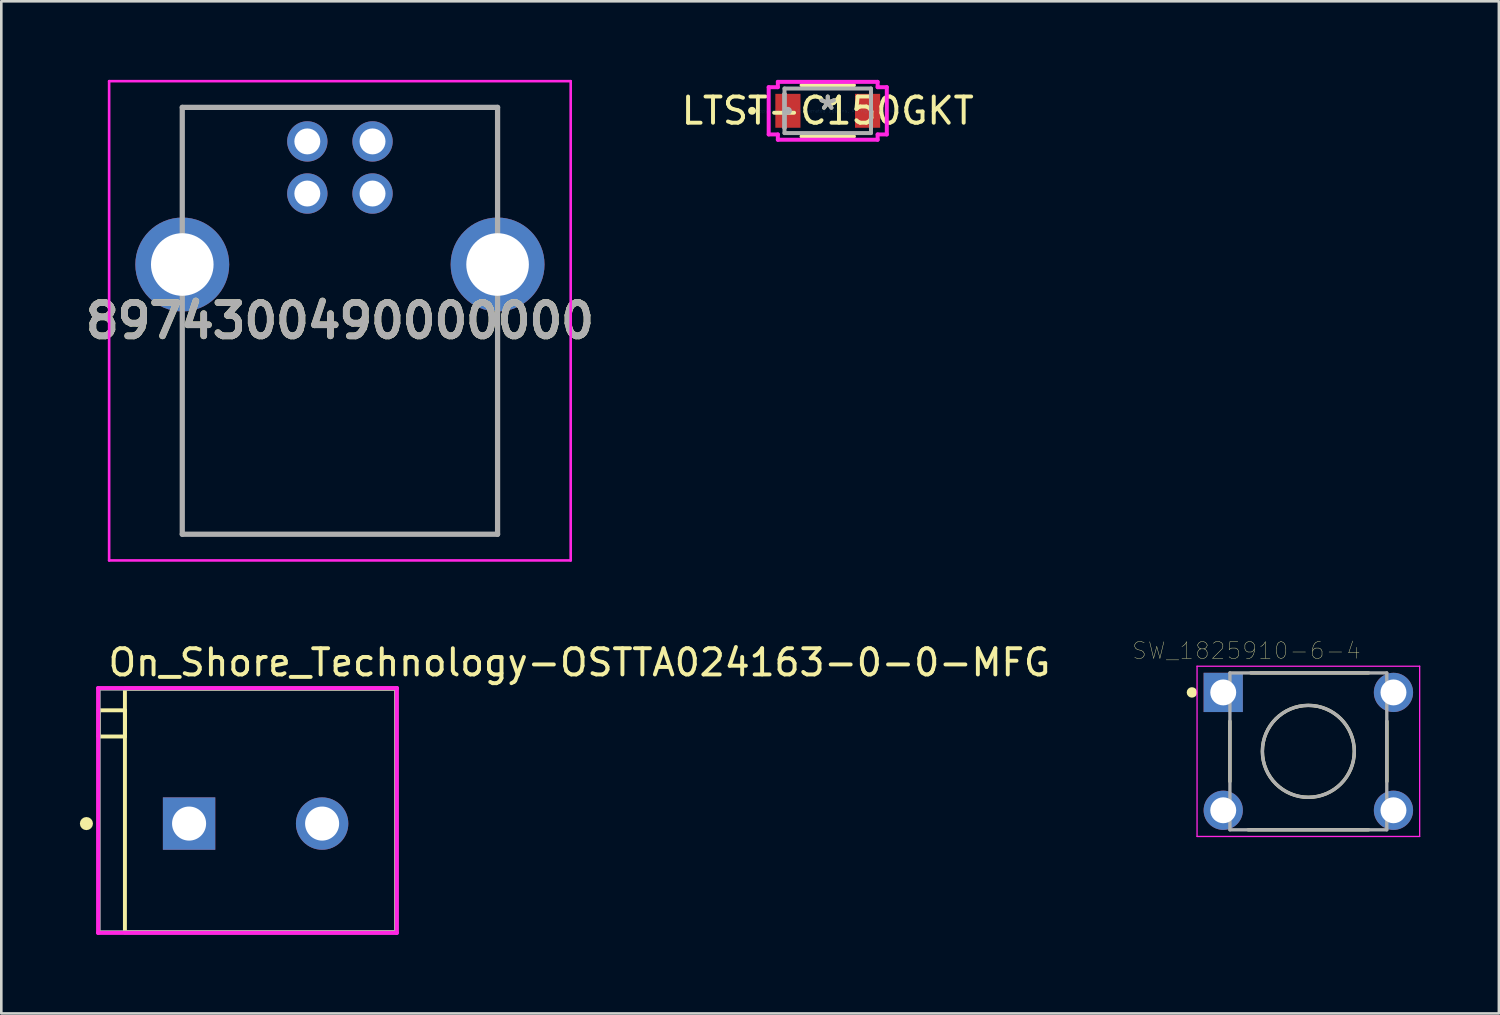
<source format=kicad_pcb>
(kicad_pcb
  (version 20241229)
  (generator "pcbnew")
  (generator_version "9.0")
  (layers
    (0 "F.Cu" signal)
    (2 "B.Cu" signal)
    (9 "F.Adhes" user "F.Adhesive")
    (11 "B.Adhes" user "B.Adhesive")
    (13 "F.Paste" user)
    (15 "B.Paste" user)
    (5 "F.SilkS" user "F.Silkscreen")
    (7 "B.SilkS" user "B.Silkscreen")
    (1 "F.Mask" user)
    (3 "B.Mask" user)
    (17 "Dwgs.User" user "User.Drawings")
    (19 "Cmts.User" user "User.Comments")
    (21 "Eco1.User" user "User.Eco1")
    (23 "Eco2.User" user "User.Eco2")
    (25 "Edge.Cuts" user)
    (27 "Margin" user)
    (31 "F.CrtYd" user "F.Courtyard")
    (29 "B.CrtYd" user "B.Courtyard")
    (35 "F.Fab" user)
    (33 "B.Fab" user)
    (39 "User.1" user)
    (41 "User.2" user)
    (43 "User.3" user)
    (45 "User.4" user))
  (footprint "SW_1825910-6-4"
    (layer "F.Cu")
    (at 46.909 25.64)
    (property "Reference" "SW_1825910-6-4" (at -2.363 -3.844 0) (layer "F.SilkS") (effects (font (size 0.631 0.631) (thickness 0.015))))
    (attr through_hole)
    (fp_line (start -2.995 -1.15) (end -2.995 1.15) (stroke (width 0.127) (type solid)) (layer "F.SilkS"))
    (fp_line (start -2.2 -2.995) (end 2.3 -2.995) (stroke (width 0.127) (type solid)) (layer "F.SilkS"))
    (fp_line (start 2.3 2.995) (end -2.3 2.995) (stroke (width 0.127) (type solid)) (layer "F.SilkS"))
    (fp_line (start 3 -1.15) (end 3 1.15) (stroke (width 0.127) (type solid)) (layer "F.SilkS"))
    (fp_circle (center -4.445 -2.25) (end -4.345 -2.25) (stroke (width 0.2) (type solid)) (fill no) (layer "F.SilkS"))
    (fp_circle (center 0 0) (end 1.755 0) (stroke (width 0.127) (type solid)) (fill no) (layer "F.SilkS"))
    (fp_line (start -4.25 -3.25) (end -4.25 3.25) (stroke (width 0.05) (type solid)) (layer "F.CrtYd"))
    (fp_line (start -4.25 3.25) (end 4.25 3.25) (stroke (width 0.05) (type solid)) (layer "F.CrtYd"))
    (fp_line (start 4.25 -3.25) (end -4.25 -3.25) (stroke (width 0.05) (type solid)) (layer "F.CrtYd"))
    (fp_line (start 4.25 3.25) (end 4.25 -3.25) (stroke (width 0.05) (type solid)) (layer "F.CrtYd"))
    (fp_line (start -2.995 -2.995) (end -2.995 2.995) (stroke (width 0.127) (type solid)) (layer "F.Fab"))
    (fp_line (start -2.995 2.995) (end 2.995 2.995) (stroke (width 0.127) (type solid)) (layer "F.Fab"))
    (fp_line (start 2.995 -2.995) (end -2.995 -2.995) (stroke (width 0.127) (type solid)) (layer "F.Fab"))
    (fp_line (start 2.995 2.995) (end 2.995 -2.995) (stroke (width 0.127) (type solid)) (layer "F.Fab"))
    (fp_circle (center 0 0) (end 1.755 0) (stroke (width 0.127) (type solid)) (fill no) (layer "F.Fab"))
    (pad "1" thru_hole rect (at -3.25 -2.25) (size 1.498 1.498) (drill 0.99) (layers "*.Cu" "*.Mask"))
    (pad "2" thru_hole circle (at 3.25 -2.25) (size 1.498 1.498) (drill 0.99) (layers "*.Cu" "*.Mask"))
    (pad "3" thru_hole circle (at -3.25 2.25) (size 1.498 1.498) (drill 0.99) (layers "*.Cu" "*.Mask"))
    (pad "4" thru_hole circle (at 3.25 2.25) (size 1.498 1.498) (drill 0.99) (layers "*.Cu" "*.Mask")))
  (footprint "On_Shore_Technology-OSTTA024163-0-0-MFG"
    (layer "F.Cu")
    (at 6.4 27.898)
    (property "Reference" "On_Shore_Technology-OSTTA024163-0-0-MFG" (at -5.4 -5.65 0) (layer "F.SilkS") (effects (font (size 1 1) (thickness 0.15)) (justify left)))
    (attr through_hole)
    (fp_line (start -5.68 -3.825) (end -4.68 -3.825) (stroke (width 0.15) (type solid)) (layer "F.SilkS"))
    (fp_line (start -5.68 -2.825) (end -5.68 -3.825) (stroke (width 0.15) (type solid)) (layer "F.SilkS"))
    (fp_line (start -4.68 -4.65) (end 5.68 -4.65) (stroke (width 0.15) (type solid)) (layer "F.SilkS"))
    (fp_line (start -4.68 -3.825) (end -4.68 -2.825) (stroke (width 0.15) (type solid)) (layer "F.SilkS"))
    (fp_line (start -4.68 -2.825) (end -5.68 -2.825) (stroke (width 0.15) (type solid)) (layer "F.SilkS"))
    (fp_line (start -4.68 4.65) (end -4.68 -4.65) (stroke (width 0.15) (type solid)) (layer "F.SilkS"))
    (fp_line (start 5.68 -4.65) (end 5.68 4.65) (stroke (width 0.15) (type solid)) (layer "F.SilkS"))
    (fp_line (start 5.68 4.65) (end -4.68 4.65) (stroke (width 0.15) (type solid)) (layer "F.SilkS"))
    (fp_circle (center -6.15 0.5) (end -6.025 0.5) (stroke (width 0.25) (type solid)) (fill no) (layer "F.SilkS"))
    (fp_line (start -5.705 -4.675) (end -5.705 4.675) (stroke (width 0.15) (type solid)) (layer "F.CrtYd"))
    (fp_line (start -5.705 4.675) (end 5.705 4.675) (stroke (width 0.15) (type solid)) (layer "F.CrtYd"))
    (fp_line (start 5.705 -4.675) (end -5.705 -4.675) (stroke (width 0.15) (type solid)) (layer "F.CrtYd"))
    (fp_line (start 5.705 -4.675) (end 5.705 -4.675) (stroke (width 0.15) (type solid)) (layer "F.CrtYd"))
    (fp_line (start 5.705 4.675) (end 5.705 -4.675) (stroke (width 0.15) (type solid)) (layer "F.CrtYd"))
    (fp_line (start -5.68 -4.65) (end 5.68 -4.65) (stroke (width 0.15) (type solid)) (layer "F.Fab"))
    (fp_line (start -5.68 4.65) (end -5.68 -4.65) (stroke (width 0.15) (type solid)) (layer "F.Fab"))
    (fp_line (start 5.68 -4.65) (end 5.68 4.65) (stroke (width 0.15) (type solid)) (layer "F.Fab"))
    (fp_line (start 5.68 4.65) (end -5.68 4.65) (stroke (width 0.15) (type solid)) (layer "F.Fab"))
    (pad "1" thru_hole rect (at -2.23 0.5) (size 2 2) (drill 1.3) (layers "*.Cu"))
    (pad "2" thru_hole circle (at 2.85 0.5) (size 2 2) (drill 1.3) (layers "*.Cu")))
  (footprint "8974300490000000"
    (layer "F.Cu")
    (at 11.17 2.35)
    (property "Reference" "8974300490000000" (at -1.24 6.85 0) (layer "F.SilkS") (effects (font (size 1.27 1.27) (thickness 0.254))))
    (attr through_hole)
    (fp_line (start -7.26 -1.3) (end 4.78 -1.3) (stroke (width 0.1) (type solid)) (layer "F.SilkS"))
    (fp_line (start -7.26 2) (end -7.26 -1.3) (stroke (width 0.1) (type solid)) (layer "F.SilkS"))
    (fp_line (start -7.26 7) (end -7.26 15) (stroke (width 0.1) (type solid)) (layer "F.SilkS"))
    (fp_line (start -7.26 15) (end 4.78 15) (stroke (width 0.1) (type solid)) (layer "F.SilkS"))
    (fp_line (start 4.78 -1.3) (end 4.78 2.5) (stroke (width 0.1) (type solid)) (layer "F.SilkS"))
    (fp_line (start 4.78 15) (end 4.78 7) (stroke (width 0.1) (type solid)) (layer "F.SilkS"))
    (fp_line (start -10.053 -2.3) (end 7.572 -2.3) (stroke (width 0.1) (type solid)) (layer "F.CrtYd"))
    (fp_line (start -10.053 16) (end -10.053 -2.3) (stroke (width 0.1) (type solid)) (layer "F.CrtYd"))
    (fp_line (start 7.572 -2.3) (end 7.572 16) (stroke (width 0.1) (type solid)) (layer "F.CrtYd"))
    (fp_line (start 7.572 16) (end -10.053 16) (stroke (width 0.1) (type solid)) (layer "F.CrtYd"))
    (fp_line (start -7.26 -1.3) (end 4.78 -1.3) (stroke (width 0.2) (type solid)) (layer "F.Fab"))
    (fp_line (start -7.26 15) (end -7.26 -1.3) (stroke (width 0.2) (type solid)) (layer "F.Fab"))
    (fp_line (start 4.78 -1.3) (end 4.78 15) (stroke (width 0.2) (type solid)) (layer "F.Fab"))
    (fp_line (start 4.78 15) (end -7.26 15) (stroke (width 0.2) (type solid)) (layer "F.Fab"))
    (fp_text user "${REFERENCE}" (at -1.24 6.85 0) (layer "F.Fab") (effects (font (size 1.27 1.27) (thickness 0.254))))
    (pad "1" thru_hole circle (at 0.005 0) (size 1.54 1.54) (drill 0.99) (layers "*.Cu" "*.Mask"))
    (pad "2" thru_hole circle (at -2.485 0) (size 1.54 1.54) (drill 0.99) (layers "*.Cu" "*.Mask"))
    (pad "3" thru_hole circle (at -2.485 1.99) (size 1.54 1.54) (drill 0.99) (layers "*.Cu" "*.Mask"))
    (pad "4" thru_hole circle (at 0.005 1.99) (size 1.54 1.54) (drill 0.99) (layers "*.Cu" "*.Mask"))
    (pad "MH1" thru_hole circle (at -7.26 4.7) (size 3.585 3.585) (drill 2.39) (layers "*.Cu" "*.Mask"))
    (pad "MH2" thru_hole circle (at 4.78 4.7) (size 3.585 3.585) (drill 2.39) (layers "*.Cu" "*.Mask")))
  (footprint "LTST-C150GKT"
    (layer "F.Cu")
    (at 28.557 1.181)
    (property "Reference" "LTST-C150GKT" (at 0 0 0) (layer "F.SilkS") (effects (font (size 1 1) (thickness 0.15))))
    (attr through_hole)
    (fp_line (start -1 0.978) (end 1 0.978) (stroke (width 0.152) (type solid)) (layer "F.SilkS"))
    (fp_line (start 1 -0.978) (end -1 -0.978) (stroke (width 0.152) (type solid)) (layer "F.SilkS"))
    (fp_circle (center -2.89 0) (end -2.814 0) (stroke (width 0.152) (type solid)) (fill no) (layer "F.SilkS"))
    (fp_line (start -2.255 -0.902) (end -1.905 -0.902) (stroke (width 0.152) (type solid)) (layer "F.CrtYd"))
    (fp_line (start -2.255 0.902) (end -2.255 -0.902) (stroke (width 0.152) (type solid)) (layer "F.CrtYd"))
    (fp_line (start -1.905 -1.105) (end 1.905 -1.105) (stroke (width 0.152) (type solid)) (layer "F.CrtYd"))
    (fp_line (start -1.905 -0.902) (end -1.905 -1.105) (stroke (width 0.152) (type solid)) (layer "F.CrtYd"))
    (fp_line (start -1.905 0.902) (end -2.255 0.902) (stroke (width 0.152) (type solid)) (layer "F.CrtYd"))
    (fp_line (start -1.905 1.105) (end -1.905 0.902) (stroke (width 0.152) (type solid)) (layer "F.CrtYd"))
    (fp_line (start 1.905 -1.105) (end 1.905 -0.902) (stroke (width 0.152) (type solid)) (layer "F.CrtYd"))
    (fp_line (start 1.905 -0.902) (end 2.255 -0.902) (stroke (width 0.152) (type solid)) (layer "F.CrtYd"))
    (fp_line (start 1.905 0.902) (end 1.905 1.105) (stroke (width 0.152) (type solid)) (layer "F.CrtYd"))
    (fp_line (start 1.905 1.105) (end -1.905 1.105) (stroke (width 0.152) (type solid)) (layer "F.CrtYd"))
    (fp_line (start 2.255 -0.902) (end 2.255 0.902) (stroke (width 0.152) (type solid)) (layer "F.CrtYd"))
    (fp_line (start 2.255 0.902) (end 1.905 0.902) (stroke (width 0.152) (type solid)) (layer "F.CrtYd"))
    (fp_line (start -1.651 -0.851) (end -1.651 0.851) (stroke (width 0.152) (type solid)) (layer "F.Fab"))
    (fp_line (start -1.651 -0.648) (end -1.651 -0.648) (stroke (width 0.152) (type solid)) (layer "F.Fab"))
    (fp_line (start -1.651 -0.648) (end -1.651 0.648) (stroke (width 0.152) (type solid)) (layer "F.Fab"))
    (fp_line (start -1.651 0.648) (end -1.651 -0.648) (stroke (width 0.152) (type solid)) (layer "F.Fab"))
    (fp_line (start -1.651 0.648) (end -1.651 0.648) (stroke (width 0.152) (type solid)) (layer "F.Fab"))
    (fp_line (start -1.651 0.851) (end 1.651 0.851) (stroke (width 0.152) (type solid)) (layer "F.Fab"))
    (fp_line (start 1.651 -0.851) (end -1.651 -0.851) (stroke (width 0.152) (type solid)) (layer "F.Fab"))
    (fp_line (start 1.651 -0.648) (end 1.651 -0.648) (stroke (width 0.152) (type solid)) (layer "F.Fab"))
    (fp_line (start 1.651 -0.648) (end 1.651 0.648) (stroke (width 0.152) (type solid)) (layer "F.Fab"))
    (fp_line (start 1.651 0.648) (end 1.651 -0.648) (stroke (width 0.152) (type solid)) (layer "F.Fab"))
    (fp_line (start 1.651 0.648) (end 1.651 0.648) (stroke (width 0.152) (type solid)) (layer "F.Fab"))
    (fp_line (start 1.651 0.851) (end 1.651 -0.851) (stroke (width 0.152) (type solid)) (layer "F.Fab"))
    (fp_circle (center -1.521 0) (end -1.445 0) (stroke (width 0.152) (type solid)) (fill no) (layer "F.Fab"))
    (fp_text user "*" (at 0 0 0) (layer "F.SilkS") (effects (font (size 1 1) (thickness 0.15))))
    (fp_text user "Copyright 2016 Accelerated Designs. All rights reserved." (at 0 0 0) (layer "Cmts.User") (effects (font (size 0.127 0.127) (thickness 0.002))))
    (fp_text user "*" (at 0 0 0) (layer "F.Fab") (effects (font (size 1 1) (thickness 0.15))))
    (pad "1" smd rect (at -1.521 0) (size 0.96 1.295) (layers "F.Cu" "F.Mask" "F.Paste"))
    (pad "2" smd rect (at 1.521 0) (size 0.96 1.295) (layers "F.Cu" "F.Mask" "F.Paste")))
  (gr_rect
    (start -3 -3)
    (end 54.184 35.648)
    (stroke (width 0.1) (type default))
    (fill no)
    (layer "Edge.Cuts")))
</source>
